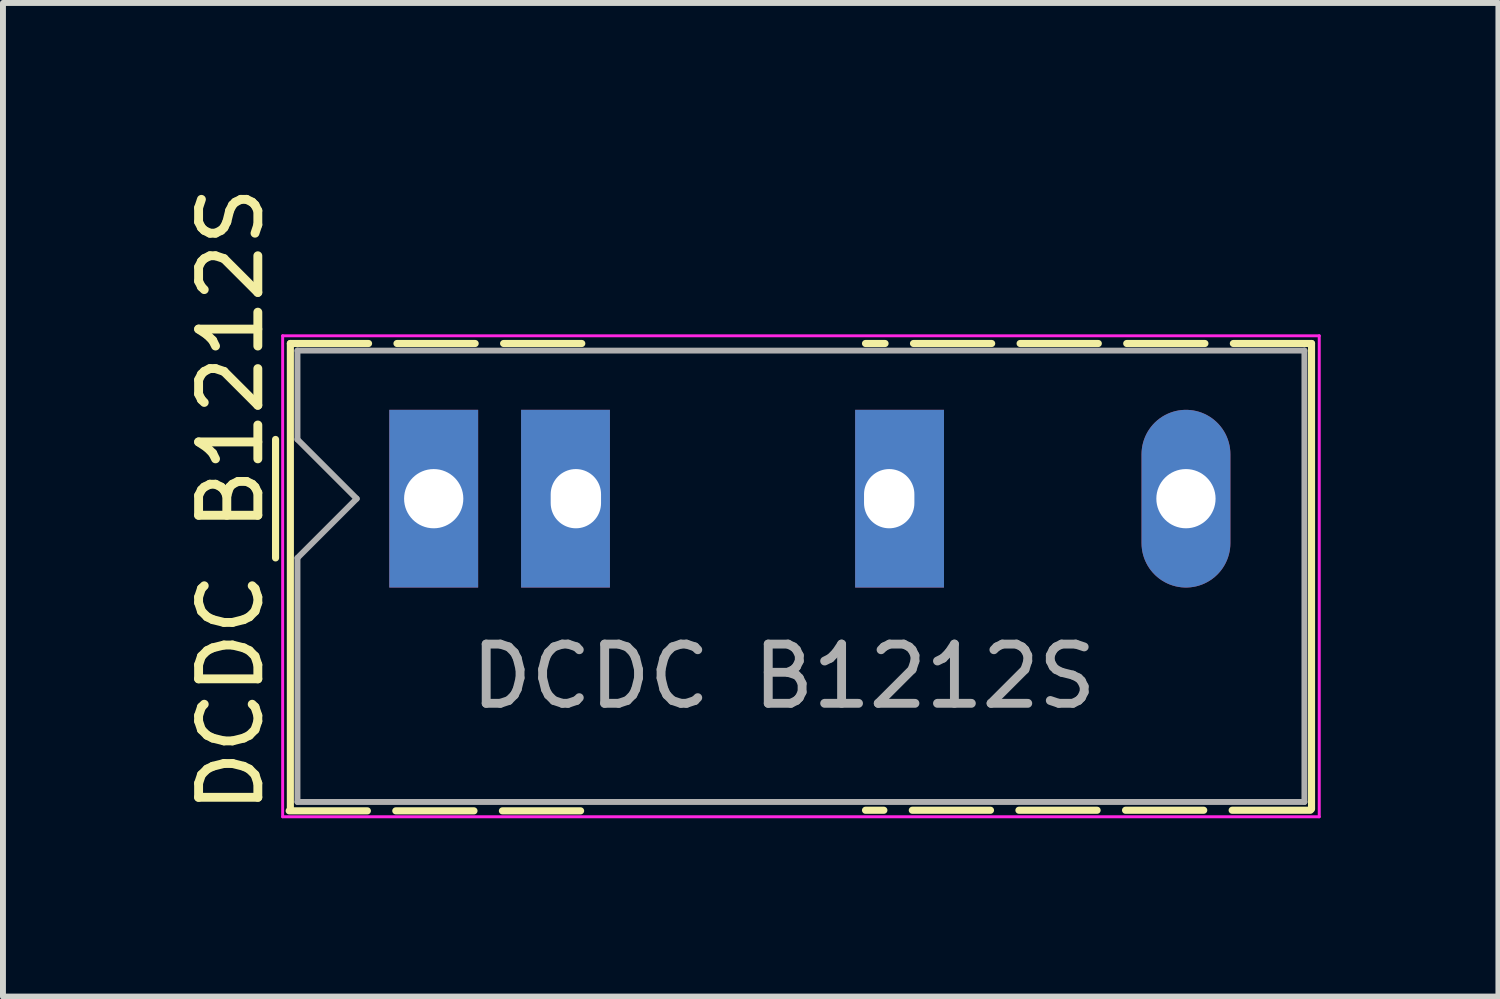
<source format=kicad_pcb>
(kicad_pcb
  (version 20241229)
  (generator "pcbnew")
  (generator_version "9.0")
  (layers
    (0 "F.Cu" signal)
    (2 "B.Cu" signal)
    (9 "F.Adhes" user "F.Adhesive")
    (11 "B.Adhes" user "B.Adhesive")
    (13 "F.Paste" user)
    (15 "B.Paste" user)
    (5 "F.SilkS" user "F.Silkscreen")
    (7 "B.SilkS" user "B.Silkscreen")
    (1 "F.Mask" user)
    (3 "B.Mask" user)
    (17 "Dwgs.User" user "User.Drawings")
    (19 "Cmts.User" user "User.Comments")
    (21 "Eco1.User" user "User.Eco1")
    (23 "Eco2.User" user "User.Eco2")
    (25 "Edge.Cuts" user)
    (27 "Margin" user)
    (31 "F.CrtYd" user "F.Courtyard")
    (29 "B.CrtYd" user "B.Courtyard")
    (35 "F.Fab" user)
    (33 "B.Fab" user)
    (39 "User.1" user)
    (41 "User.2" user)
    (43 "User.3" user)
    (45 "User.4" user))
  (footprint "DCDC B1212S"
    (layer "F.Cu")
    (at 4.272 5.369)
    (property "Reference" "DCDC B1212S" (at -3.424 0.018 270) (layer "F.SilkS") (effects (font (size 1 1) (thickness 0.15))))
    (attr through_hole)
    (fp_line (start -2.67 -1) (end -2.67 1) (stroke (width 0.12) (type solid)) (layer "F.SilkS"))
    (fp_line (start -2.44 5.27) (end 2.49 5.27) (stroke (width 0.12) (type dash)) (layer "F.SilkS"))
    (fp_line (start -2.42 -2.62) (end 2.53 -2.62) (stroke (width 0.12) (type dash)) (layer "F.SilkS"))
    (fp_line (start -2.42 5.24) (end -2.42 -2.62) (stroke (width 0.12) (type solid)) (layer "F.SilkS"))
    (fp_line (start 14.8 5.26) (end 7.29 5.26) (stroke (width 0.12) (type dash)) (layer "F.SilkS"))
    (fp_line (start 14.82 -2.62) (end 7.29 -2.62) (stroke (width 0.12) (type dash)) (layer "F.SilkS"))
    (fp_line (start 14.82 -2.62) (end 14.82 5.24) (stroke (width 0.12) (type solid)) (layer "F.SilkS"))
    (fp_line (start -2.55 -2.75) (end -2.55 5.37) (stroke (width 0.05) (type solid)) (layer "F.CrtYd"))
    (fp_line (start -2.55 -2.75) (end 14.95 -2.75) (stroke (width 0.05) (type solid)) (layer "F.CrtYd"))
    (fp_line (start -2.55 5.37) (end 14.95 5.37) (stroke (width 0.05) (type solid)) (layer "F.CrtYd"))
    (fp_line (start 14.95 -2.75) (end 14.95 5.37) (stroke (width 0.05) (type solid)) (layer "F.CrtYd"))
    (fp_line (start -2.3 -1) (end -2.3 -2.5) (stroke (width 0.1) (type solid)) (layer "F.Fab"))
    (fp_line (start -2.3 -1) (end -1.3 0) (stroke (width 0.1) (type solid)) (layer "F.Fab"))
    (fp_line (start -2.3 1) (end -2.3 5.12) (stroke (width 0.1) (type solid)) (layer "F.Fab"))
    (fp_line (start -1.3 0) (end -2.3 1) (stroke (width 0.1) (type solid)) (layer "F.Fab"))
    (fp_line (start 14.7 -2.5) (end -2.3 -2.5) (stroke (width 0.1) (type solid)) (layer "F.Fab"))
    (fp_line (start 14.7 -2.5) (end 14.7 5.12) (stroke (width 0.1) (type solid)) (layer "F.Fab"))
    (fp_line (start 14.7 5.12) (end -2.3 5.12) (stroke (width 0.1) (type solid)) (layer "F.Fab"))
    (fp_text user "${REFERENCE}" (at 5.91 3 180) (layer "F.Fab") (effects (font (size 1 1) (thickness 0.15))))
    (pad "1" thru_hole rect (at 0 0) (size 1.5 3) (drill 1) (layers "*.Cu" "*.Mask"))
    (pad "2" thru_hole custom (at 2.4 0) (size 1.5 3) (drill oval 0.85 1 (offset -0.175 0)) (layers "*.Cu" "*.Mask") (options (anchor rect)) (primitives))
    (pad "4" thru_hole custom (at 7.69 0) (size 1.5 3) (drill oval 0.85 1 (offset 0.175 0)) (layers "*.Cu" "*.Mask") (options (anchor rect)) (primitives))
    (pad "6" thru_hole oval (at 12.7 0) (size 1.5 3) (drill 1) (layers "*.Cu" "*.Mask")))
  (gr_rect
    (start -3 -3)
    (end 22.247 13.774)
    (stroke (width 0.1) (type default))
    (fill no)
    (layer "Edge.Cuts")))
</source>
